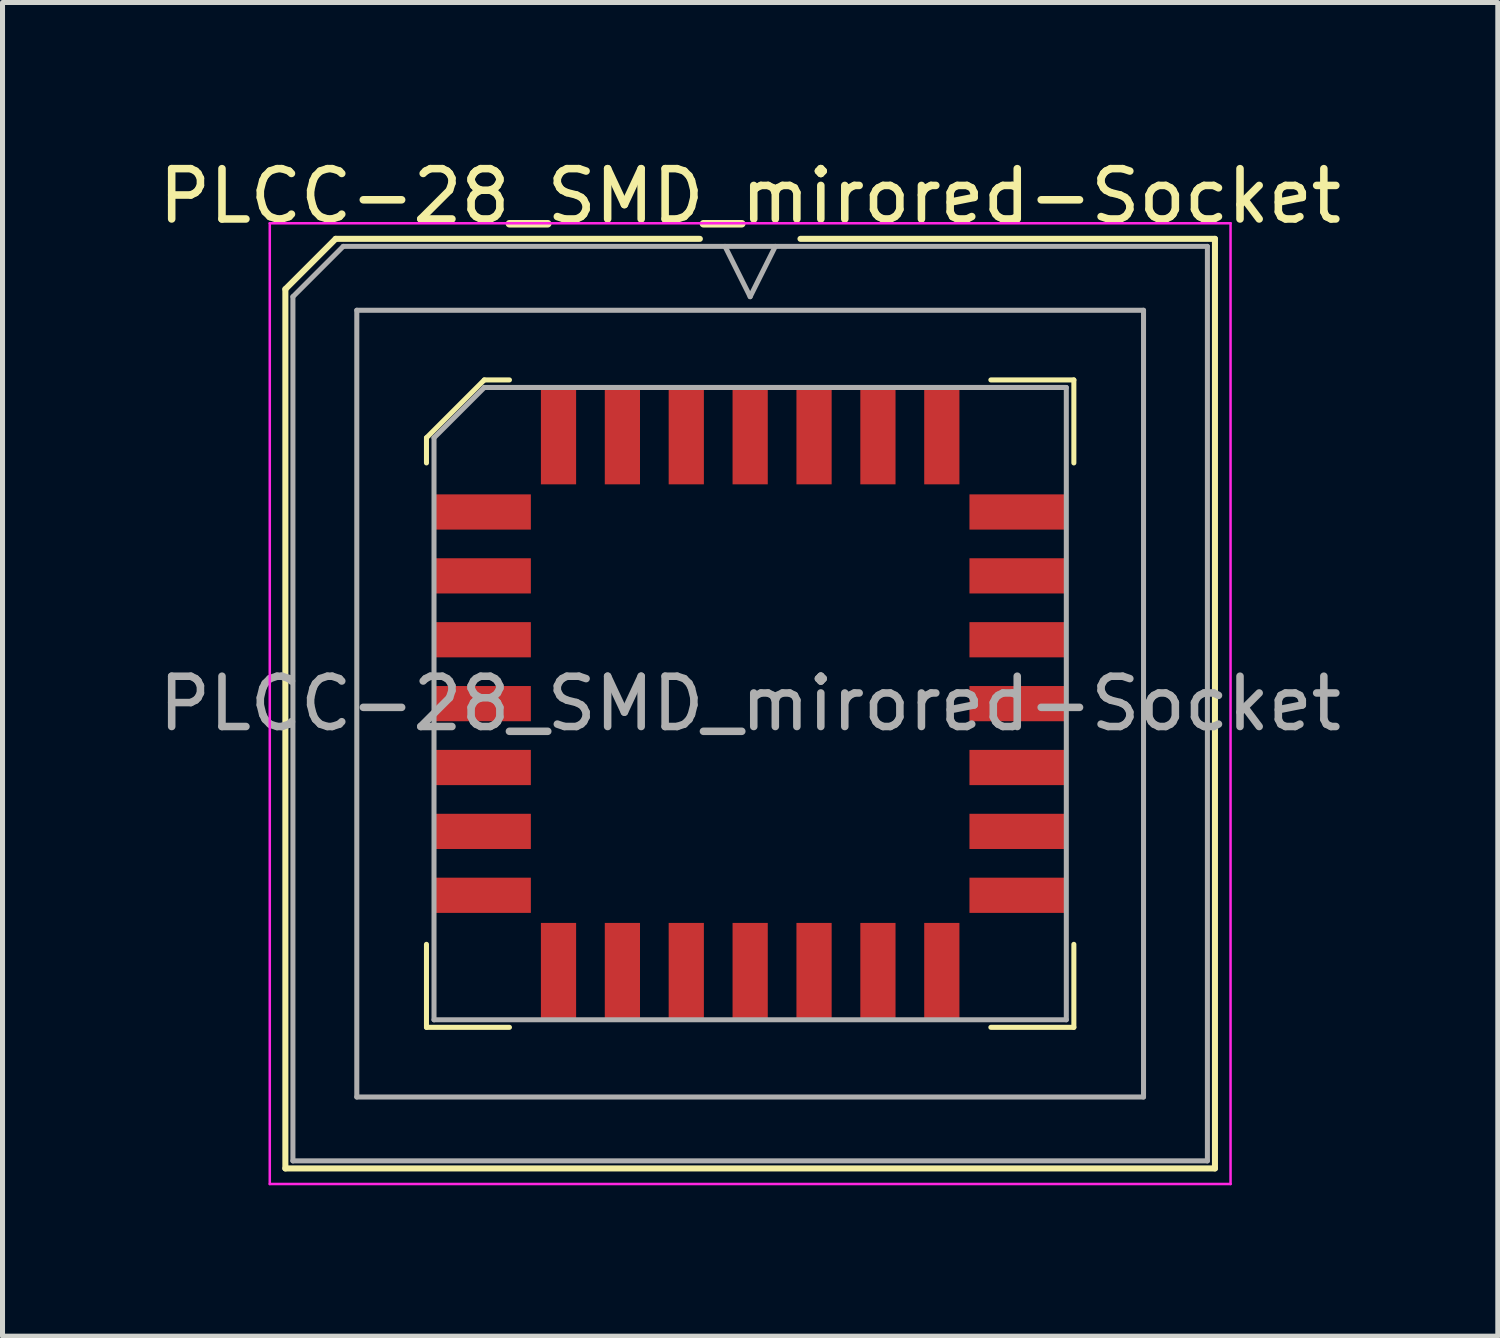
<source format=kicad_pcb>
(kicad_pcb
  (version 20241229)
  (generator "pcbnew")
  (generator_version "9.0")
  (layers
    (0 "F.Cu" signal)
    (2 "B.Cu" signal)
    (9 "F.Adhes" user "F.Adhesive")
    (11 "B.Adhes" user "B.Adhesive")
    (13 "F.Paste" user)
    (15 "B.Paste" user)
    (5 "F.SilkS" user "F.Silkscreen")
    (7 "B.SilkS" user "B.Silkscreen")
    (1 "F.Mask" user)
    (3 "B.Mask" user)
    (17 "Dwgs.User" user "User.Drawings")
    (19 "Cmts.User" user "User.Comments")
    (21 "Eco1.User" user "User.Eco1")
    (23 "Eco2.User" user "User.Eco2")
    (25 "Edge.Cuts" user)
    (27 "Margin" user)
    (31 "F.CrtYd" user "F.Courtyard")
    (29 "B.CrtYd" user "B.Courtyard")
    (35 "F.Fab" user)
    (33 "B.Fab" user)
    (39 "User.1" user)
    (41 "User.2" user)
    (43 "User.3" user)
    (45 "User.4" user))
  (footprint "PLCC-28_SMD_mirored-Socket"
    (layer "F.Cu")
    (at 11.863 10.938)
    (property "Reference" "PLCC-28_SMD_mirored-Socket" (at 0 -10.09 0) (layer "F.SilkS") (effects (font (size 1 1) (thickness 0.15))))
    (attr smd)
    (fp_line (start -9.24 -8.24) (end -9.24 9.24) (stroke (width 0.12) (type solid)) (layer "F.SilkS"))
    (fp_line (start -9.24 9.24) (end 9.24 9.24) (stroke (width 0.12) (type solid)) (layer "F.SilkS"))
    (fp_line (start -8.24 -9.24) (end -9.24 -8.24) (stroke (width 0.12) (type solid)) (layer "F.SilkS"))
    (fp_line (start -6.435 -5.285) (end -6.435 -4.785) (stroke (width 0.1) (type solid)) (layer "F.SilkS"))
    (fp_line (start -6.435 6.435) (end -6.435 4.785) (stroke (width 0.1) (type solid)) (layer "F.SilkS"))
    (fp_line (start -5.285 -6.435) (end -6.435 -5.285) (stroke (width 0.1) (type solid)) (layer "F.SilkS"))
    (fp_line (start -4.785 -6.435) (end -5.285 -6.435) (stroke (width 0.1) (type solid)) (layer "F.SilkS"))
    (fp_line (start -4.785 6.435) (end -6.435 6.435) (stroke (width 0.1) (type solid)) (layer "F.SilkS"))
    (fp_line (start -1 -9.24) (end -8.24 -9.24) (stroke (width 0.12) (type solid)) (layer "F.SilkS"))
    (fp_line (start 4.785 -6.435) (end 6.435 -6.435) (stroke (width 0.1) (type solid)) (layer "F.SilkS"))
    (fp_line (start 4.785 6.435) (end 6.435 6.435) (stroke (width 0.1) (type solid)) (layer "F.SilkS"))
    (fp_line (start 6.435 -6.435) (end 6.435 -4.785) (stroke (width 0.1) (type solid)) (layer "F.SilkS"))
    (fp_line (start 6.435 6.435) (end 6.435 4.785) (stroke (width 0.1) (type solid)) (layer "F.SilkS"))
    (fp_line (start 9.24 -9.24) (end 1 -9.24) (stroke (width 0.12) (type solid)) (layer "F.SilkS"))
    (fp_line (start 9.24 9.24) (end 9.24 -9.24) (stroke (width 0.12) (type solid)) (layer "F.SilkS"))
    (fp_line (start -9.55 -9.55) (end -9.55 9.55) (stroke (width 0.05) (type solid)) (layer "F.CrtYd"))
    (fp_line (start -9.55 9.55) (end 9.55 9.55) (stroke (width 0.05) (type solid)) (layer "F.CrtYd"))
    (fp_line (start 9.55 -9.55) (end -9.55 -9.55) (stroke (width 0.05) (type solid)) (layer "F.CrtYd"))
    (fp_line (start 9.55 9.55) (end 9.55 -9.55) (stroke (width 0.05) (type solid)) (layer "F.CrtYd"))
    (fp_line (start -9.09 -8.09) (end -9.09 9.09) (stroke (width 0.1) (type solid)) (layer "F.Fab"))
    (fp_line (start -9.09 9.09) (end 9.09 9.09) (stroke (width 0.1) (type solid)) (layer "F.Fab"))
    (fp_line (start -8.09 -9.09) (end -9.09 -8.09) (stroke (width 0.1) (type solid)) (layer "F.Fab"))
    (fp_line (start -7.82 -7.82) (end -7.82 7.82) (stroke (width 0.1) (type solid)) (layer "F.Fab"))
    (fp_line (start -7.82 7.82) (end 7.82 7.82) (stroke (width 0.1) (type solid)) (layer "F.Fab"))
    (fp_line (start -6.285 -5.285) (end -6.285 6.285) (stroke (width 0.1) (type solid)) (layer "F.Fab"))
    (fp_line (start -6.285 6.285) (end 6.285 6.285) (stroke (width 0.1) (type solid)) (layer "F.Fab"))
    (fp_line (start -5.285 -6.285) (end -6.285 -5.285) (stroke (width 0.1) (type solid)) (layer "F.Fab"))
    (fp_line (start -0.5 -9.09) (end 0 -8.09) (stroke (width 0.1) (type solid)) (layer "F.Fab"))
    (fp_line (start 0 -8.09) (end 0.5 -9.09) (stroke (width 0.1) (type solid)) (layer "F.Fab"))
    (fp_line (start 6.285 -6.285) (end -5.285 -6.285) (stroke (width 0.1) (type solid)) (layer "F.Fab"))
    (fp_line (start 6.285 6.285) (end 6.285 -6.285) (stroke (width 0.1) (type solid)) (layer "F.Fab"))
    (fp_line (start 7.82 -7.82) (end -7.82 -7.82) (stroke (width 0.1) (type solid)) (layer "F.Fab"))
    (fp_line (start 7.82 7.82) (end 7.82 -7.82) (stroke (width 0.1) (type solid)) (layer "F.Fab"))
    (fp_line (start 9.09 -9.09) (end -8.09 -9.09) (stroke (width 0.1) (type solid)) (layer "F.Fab"))
    (fp_line (start 9.09 9.09) (end 9.09 -9.09) (stroke (width 0.1) (type solid)) (layer "F.Fab"))
    (fp_text user "${REFERENCE}" (at 0 0 0) (layer "F.Fab") (effects (font (size 1 1) (thickness 0.15))))
    (pad "1" smd rect (at 0 -5.322) (size 0.7 1.925) (layers "F.Cu" "F.Mask" "F.Paste"))
    (pad "2" smd rect (at 1.27 -5.322) (size 0.7 1.925) (layers "F.Cu" "F.Mask" "F.Paste"))
    (pad "3" smd rect (at 2.54 -5.322) (size 0.7 1.925) (layers "F.Cu" "F.Mask" "F.Paste"))
    (pad "4" smd rect (at 3.81 -5.322) (size 0.7 1.925) (layers "F.Cu" "F.Mask" "F.Paste"))
    (pad "5" smd rect (at 5.322 -3.81) (size 1.925 0.7) (layers "F.Cu" "F.Mask" "F.Paste"))
    (pad "6" smd rect (at 5.322 -2.54) (size 1.925 0.7) (layers "F.Cu" "F.Mask" "F.Paste"))
    (pad "7" smd rect (at 5.322 -1.27) (size 1.925 0.7) (layers "F.Cu" "F.Mask" "F.Paste"))
    (pad "8" smd rect (at 5.322 0) (size 1.925 0.7) (layers "F.Cu" "F.Mask" "F.Paste"))
    (pad "9" smd rect (at 5.322 1.27) (size 1.925 0.7) (layers "F.Cu" "F.Mask" "F.Paste"))
    (pad "10" smd rect (at 5.322 2.54) (size 1.925 0.7) (layers "F.Cu" "F.Mask" "F.Paste"))
    (pad "11" smd rect (at 5.322 3.81) (size 1.925 0.7) (layers "F.Cu" "F.Mask" "F.Paste"))
    (pad "12" smd rect (at 3.81 5.322) (size 0.7 1.925) (layers "F.Cu" "F.Mask" "F.Paste"))
    (pad "13" smd rect (at 2.54 5.322) (size 0.7 1.925) (layers "F.Cu" "F.Mask" "F.Paste"))
    (pad "14" smd rect (at 1.27 5.322) (size 0.7 1.925) (layers "F.Cu" "F.Mask" "F.Paste"))
    (pad "15" smd rect (at 0 5.322) (size 0.7 1.925) (layers "F.Cu" "F.Mask" "F.Paste"))
    (pad "16" smd rect (at -1.27 5.322) (size 0.7 1.925) (layers "F.Cu" "F.Mask" "F.Paste"))
    (pad "17" smd rect (at -2.54 5.322) (size 0.7 1.925) (layers "F.Cu" "F.Mask" "F.Paste"))
    (pad "18" smd rect (at -3.81 5.322) (size 0.7 1.925) (layers "F.Cu" "F.Mask" "F.Paste"))
    (pad "19" smd rect (at -5.322 3.81) (size 1.925 0.7) (layers "F.Cu" "F.Mask" "F.Paste"))
    (pad "20" smd rect (at -5.322 2.54) (size 1.925 0.7) (layers "F.Cu" "F.Mask" "F.Paste"))
    (pad "21" smd rect (at -5.322 1.27) (size 1.925 0.7) (layers "F.Cu" "F.Mask" "F.Paste"))
    (pad "22" smd rect (at -5.322 0) (size 1.925 0.7) (layers "F.Cu" "F.Mask" "F.Paste"))
    (pad "23" smd rect (at -5.322 -1.27) (size 1.925 0.7) (layers "F.Cu" "F.Mask" "F.Paste"))
    (pad "24" smd rect (at -5.322 -2.54) (size 1.925 0.7) (layers "F.Cu" "F.Mask" "F.Paste"))
    (pad "25" smd rect (at -5.322 -3.81) (size 1.925 0.7) (layers "F.Cu" "F.Mask" "F.Paste"))
    (pad "26" smd rect (at -3.81 -5.322) (size 0.7 1.925) (layers "F.Cu" "F.Mask" "F.Paste"))
    (pad "27" smd rect (at -2.54 -5.322) (size 0.7 1.925) (layers "F.Cu" "F.Mask" "F.Paste"))
    (pad "28" smd rect (at -1.27 -5.322) (size 0.7 1.925) (layers "F.Cu" "F.Mask" "F.Paste")))
  (gr_rect
    (start -3 -3)
    (end 26.726 23.513)
    (stroke (width 0.1) (type default))
    (fill no)
    (layer "Edge.Cuts")))
</source>
